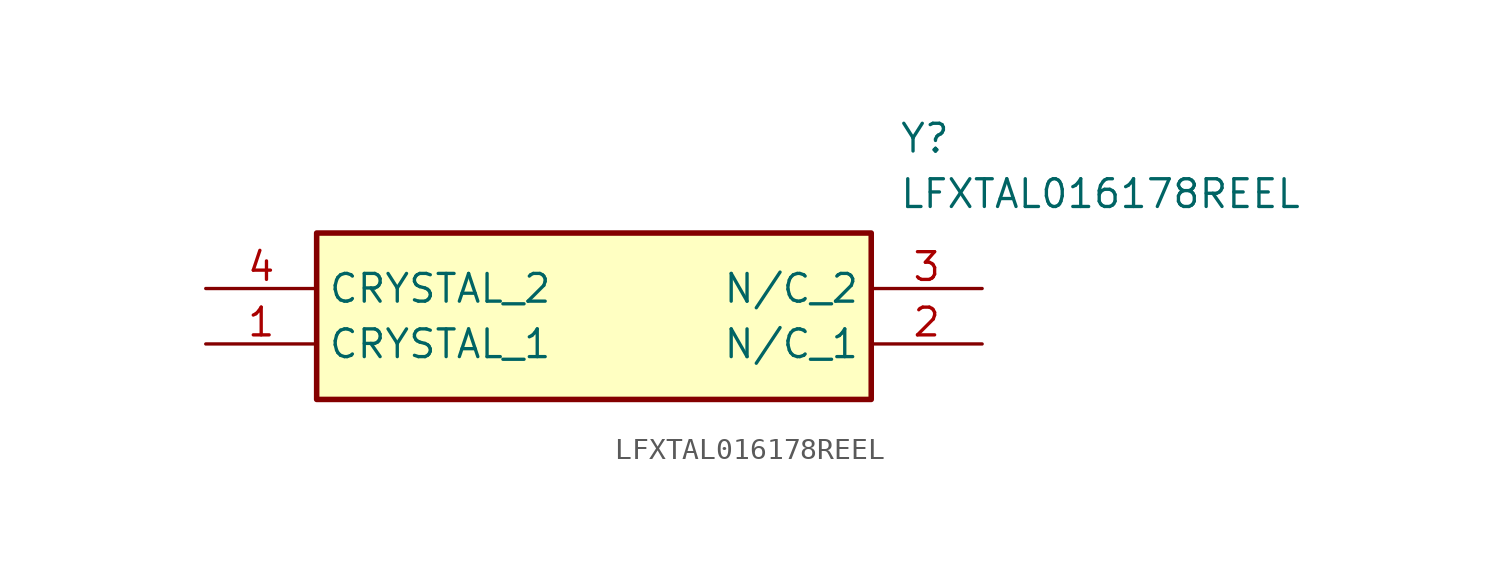
<source format=kicad_sym>
(kicad_symbol_lib
  (version 20211014)
  (generator SamacSys_ECAD_Model)
  (symbol "LFXTAL016178REEL"
    (property "Reference" "Y"
      (at 31.75 7.62 0)
      (effects (font (size 1.27 1.27)) (justify left top)))
    (property "Value" "LFXTAL016178REEL"
      (at 31.75 5.08 0)
      (effects (font (size 1.27 1.27)) (justify left top)))
    (rectangle
      (start 5.08 2.54)
      (end 30.48 -5.08)
      (stroke (width 0.254) (type default))
      (fill (type background)))
    (pin passive line
      (at 0 -2.54 0)
      (length 5.08)
      (name "CRYSTAL_1" (effects (font (size 1.27 1.27))))
      (number "1" (effects (font (size 1.27 1.27)))))
    (pin passive line
      (at 35.56 -2.54 180)
      (length 5.08)
      (name "N/C_1" (effects (font (size 1.27 1.27))))
      (number "2" (effects (font (size 1.27 1.27)))))
    (pin passive line
      (at 35.56 0 180)
      (length 5.08)
      (name "N/C_2" (effects (font (size 1.27 1.27))))
      (number "3" (effects (font (size 1.27 1.27)))))
    (pin passive line
      (at 0 0 0)
      (length 5.08)
      (name "CRYSTAL_2" (effects (font (size 1.27 1.27))))
      (number "4" (effects (font (size 1.27 1.27)))))))
</source>
